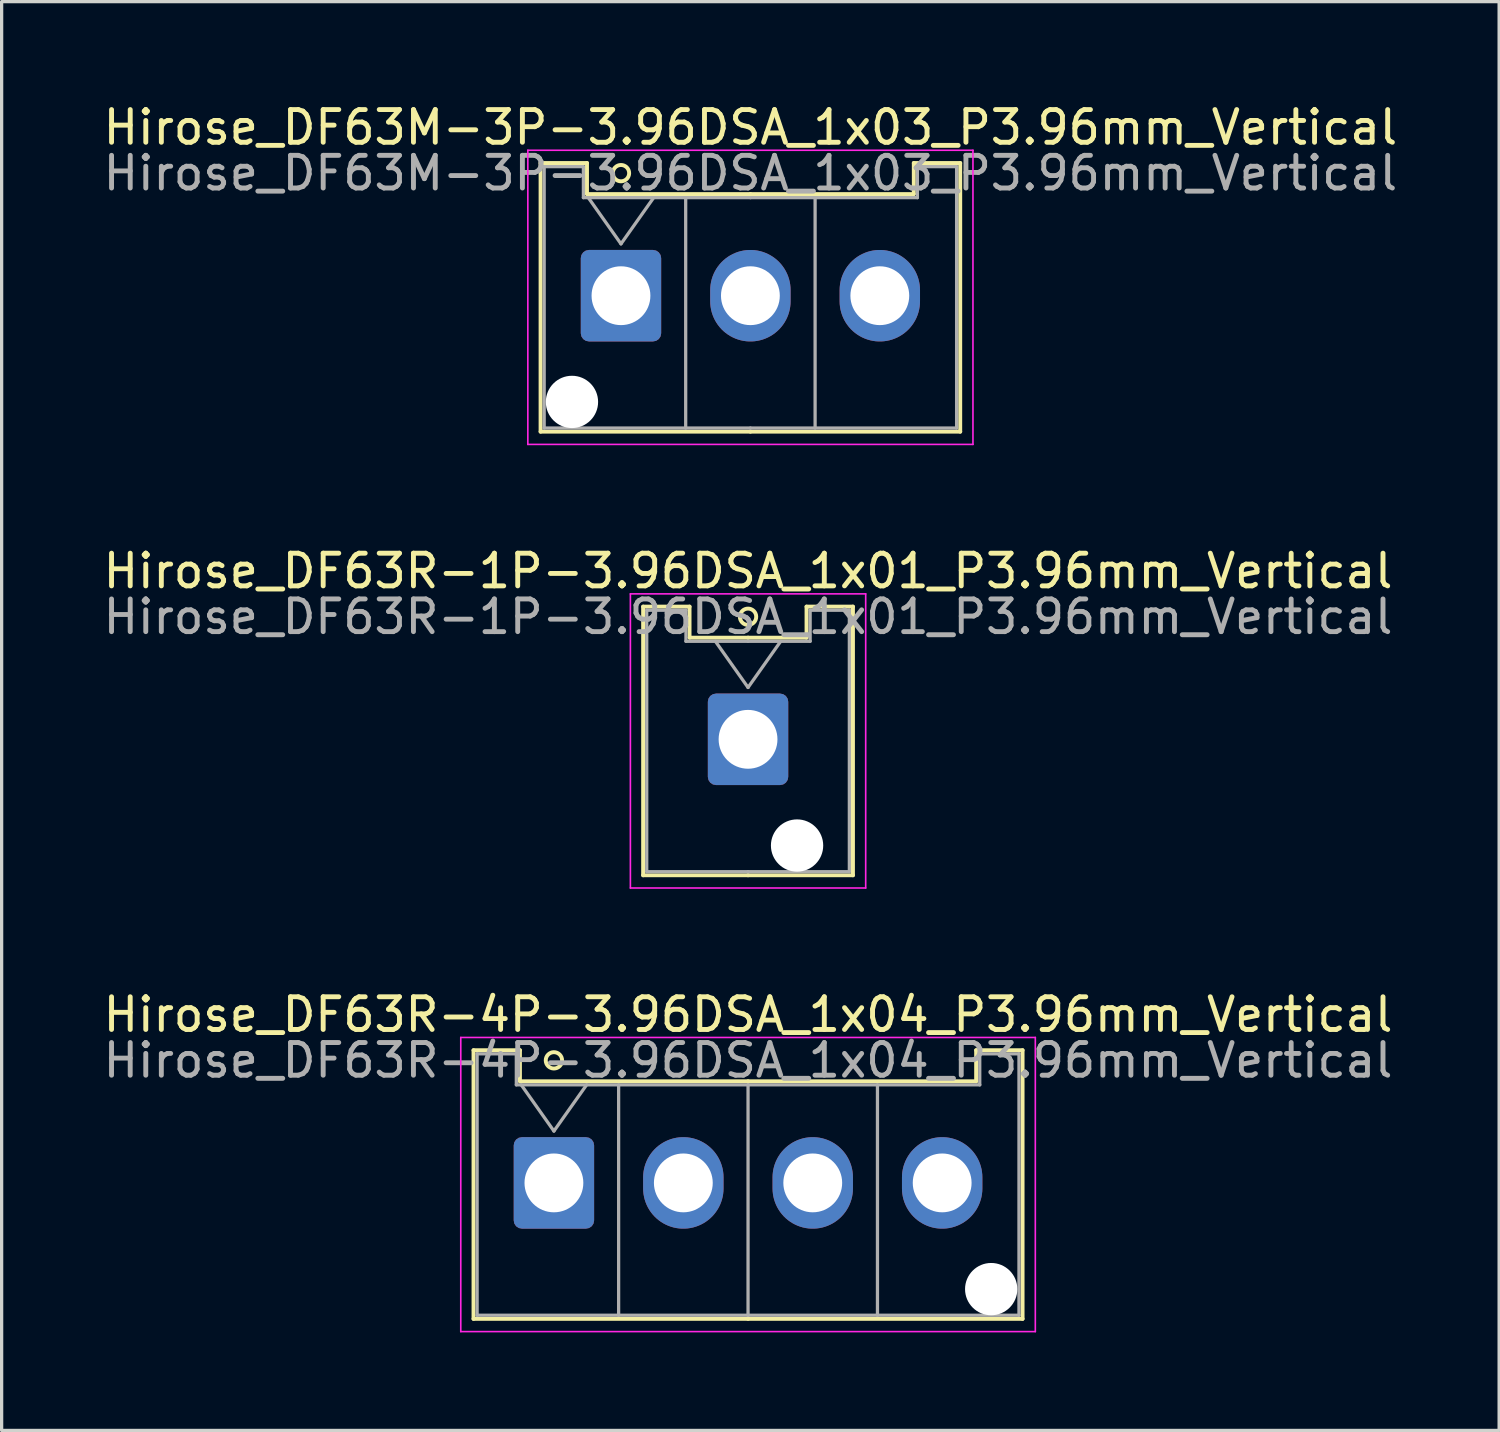
<source format=kicad_pcb>
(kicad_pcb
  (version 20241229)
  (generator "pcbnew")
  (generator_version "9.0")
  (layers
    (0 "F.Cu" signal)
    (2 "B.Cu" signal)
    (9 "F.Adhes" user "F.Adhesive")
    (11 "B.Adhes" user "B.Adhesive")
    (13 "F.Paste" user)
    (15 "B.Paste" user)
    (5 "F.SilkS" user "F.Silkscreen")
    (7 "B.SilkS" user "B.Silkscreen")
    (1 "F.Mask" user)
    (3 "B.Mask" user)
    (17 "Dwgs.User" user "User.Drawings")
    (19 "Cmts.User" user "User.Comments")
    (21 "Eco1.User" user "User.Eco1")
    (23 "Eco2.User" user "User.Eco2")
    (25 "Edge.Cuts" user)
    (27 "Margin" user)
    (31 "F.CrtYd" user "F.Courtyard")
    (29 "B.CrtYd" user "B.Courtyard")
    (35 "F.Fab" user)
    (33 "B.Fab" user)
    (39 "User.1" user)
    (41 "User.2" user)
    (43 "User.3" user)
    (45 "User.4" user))
  (footprint "Hirose_DF63R-1P-3.96DSA_1x01_P3.96mm_Vertical"
    (layer "F.Cu")
    (at 19.839 19.572)
    (property "Reference" "Hirose_DF63R-1P-3.96DSA_1x01_P3.96mm_Vertical" (at 0 -5.15 0) (layer "F.SilkS") (effects (font (size 1 1) (thickness 0.15))))
    (attr through_hole)
    (fp_line (start -3.21 -4.06) (end -1.79 -4.06) (stroke (width 0.12) (type solid)) (layer "F.SilkS"))
    (fp_line (start -3.21 4.16) (end -3.21 -4.06) (stroke (width 0.12) (type solid)) (layer "F.SilkS"))
    (fp_line (start -1.79 -4.06) (end -1.79 -3.11) (stroke (width 0.12) (type solid)) (layer "F.SilkS"))
    (fp_line (start -1.79 -3.11) (end 0 -3.11) (stroke (width 0.12) (type solid)) (layer "F.SilkS"))
    (fp_line (start 0 4.16) (end -3.21 4.16) (stroke (width 0.12) (type solid)) (layer "F.SilkS"))
    (fp_line (start 0 4.16) (end 3.21 4.16) (stroke (width 0.12) (type solid)) (layer "F.SilkS"))
    (fp_line (start 1.79 -4.06) (end 1.79 -3.11) (stroke (width 0.12) (type solid)) (layer "F.SilkS"))
    (fp_line (start 1.79 -3.11) (end 0 -3.11) (stroke (width 0.12) (type solid)) (layer "F.SilkS"))
    (fp_line (start 3.21 -4.06) (end 1.79 -4.06) (stroke (width 0.12) (type solid)) (layer "F.SilkS"))
    (fp_line (start 3.21 4.16) (end 3.21 -4.06) (stroke (width 0.12) (type solid)) (layer "F.SilkS"))
    (fp_circle (center 0 -3.75) (end 0.25 -3.75) (stroke (width 0.12) (type solid)) (fill no) (layer "F.SilkS"))
    (fp_line (start -3.6 -4.45) (end -3.6 4.55) (stroke (width 0.05) (type solid)) (layer "F.CrtYd"))
    (fp_line (start -3.6 4.55) (end 3.6 4.55) (stroke (width 0.05) (type solid)) (layer "F.CrtYd"))
    (fp_line (start 3.6 -4.45) (end -3.6 -4.45) (stroke (width 0.05) (type solid)) (layer "F.CrtYd"))
    (fp_line (start 3.6 4.55) (end 3.6 -4.45) (stroke (width 0.05) (type solid)) (layer "F.CrtYd"))
    (fp_line (start -3.1 -3.95) (end -1.9 -3.95) (stroke (width 0.1) (type solid)) (layer "F.Fab"))
    (fp_line (start -3.1 4.05) (end -3.1 -3.95) (stroke (width 0.1) (type solid)) (layer "F.Fab"))
    (fp_line (start -1.9 -3.95) (end -1.9 -3) (stroke (width 0.1) (type solid)) (layer "F.Fab"))
    (fp_line (start -1.9 -3) (end 0 -3) (stroke (width 0.1) (type solid)) (layer "F.Fab"))
    (fp_line (start -1 -3) (end 0 -1.586) (stroke (width 0.1) (type solid)) (layer "F.Fab"))
    (fp_line (start 0 -1.586) (end 1 -3) (stroke (width 0.1) (type solid)) (layer "F.Fab"))
    (fp_line (start 0 4.05) (end -3.1 4.05) (stroke (width 0.1) (type solid)) (layer "F.Fab"))
    (fp_line (start 0 4.05) (end 3.1 4.05) (stroke (width 0.1) (type solid)) (layer "F.Fab"))
    (fp_line (start 1.9 -3.95) (end 1.9 -3) (stroke (width 0.1) (type solid)) (layer "F.Fab"))
    (fp_line (start 1.9 -3) (end 0 -3) (stroke (width 0.1) (type solid)) (layer "F.Fab"))
    (fp_line (start 3.1 -3.95) (end 1.9 -3.95) (stroke (width 0.1) (type solid)) (layer "F.Fab"))
    (fp_line (start 3.1 4.05) (end 3.1 -3.95) (stroke (width 0.1) (type solid)) (layer "F.Fab"))
    (fp_text user "${REFERENCE}" (at 0 -3.75 0) (layer "F.Fab") (effects (font (size 1 1) (thickness 0.15))))
    (pad "" np_thru_hole circle (at 1.5 3.25) (size 1.6 1.6) (drill 1.6) (layers "*.Cu" "*.Mask"))
    (pad "1" thru_hole roundrect (at 0 0) (size 2.46 2.8) (drill 1.8) (layers "*.Cu" "*.Mask") (roundrect_rratio 0.102)))
  (footprint "Hirose_DF63M-3P-3.96DSA_1x03_P3.96mm_Vertical"
    (layer "F.Cu")
    (at 15.951 5.998)
    (property "Reference" "Hirose_DF63M-3P-3.96DSA_1x03_P3.96mm_Vertical" (at 3.96 -5.15 0) (layer "F.SilkS") (effects (font (size 1 1) (thickness 0.15))))
    (attr through_hole)
    (fp_line (start -2.46 -4.06) (end -1.04 -4.06) (stroke (width 0.12) (type solid)) (layer "F.SilkS"))
    (fp_line (start -2.46 4.16) (end -2.46 -4.06) (stroke (width 0.12) (type solid)) (layer "F.SilkS"))
    (fp_line (start -1.04 -4.06) (end -1.04 -3.11) (stroke (width 0.12) (type solid)) (layer "F.SilkS"))
    (fp_line (start -1.04 -3.11) (end 3.96 -3.11) (stroke (width 0.12) (type solid)) (layer "F.SilkS"))
    (fp_line (start 3.96 4.16) (end -2.46 4.16) (stroke (width 0.12) (type solid)) (layer "F.SilkS"))
    (fp_line (start 3.96 4.16) (end 10.38 4.16) (stroke (width 0.12) (type solid)) (layer "F.SilkS"))
    (fp_line (start 8.96 -4.06) (end 8.96 -3.11) (stroke (width 0.12) (type solid)) (layer "F.SilkS"))
    (fp_line (start 8.96 -3.11) (end 3.96 -3.11) (stroke (width 0.12) (type solid)) (layer "F.SilkS"))
    (fp_line (start 10.38 -4.06) (end 8.96 -4.06) (stroke (width 0.12) (type solid)) (layer "F.SilkS"))
    (fp_line (start 10.38 4.16) (end 10.38 -4.06) (stroke (width 0.12) (type solid)) (layer "F.SilkS"))
    (fp_circle (center 0 -3.75) (end 0.25 -3.75) (stroke (width 0.12) (type solid)) (fill no) (layer "F.SilkS"))
    (fp_line (start -2.85 -4.45) (end -2.85 4.55) (stroke (width 0.05) (type solid)) (layer "F.CrtYd"))
    (fp_line (start -2.85 4.55) (end 10.77 4.55) (stroke (width 0.05) (type solid)) (layer "F.CrtYd"))
    (fp_line (start 10.77 -4.45) (end -2.85 -4.45) (stroke (width 0.05) (type solid)) (layer "F.CrtYd"))
    (fp_line (start 10.77 4.55) (end 10.77 -4.45) (stroke (width 0.05) (type solid)) (layer "F.CrtYd"))
    (fp_line (start -2.35 -3.95) (end -1.15 -3.95) (stroke (width 0.1) (type solid)) (layer "F.Fab"))
    (fp_line (start -2.35 4.05) (end -2.35 -3.95) (stroke (width 0.1) (type solid)) (layer "F.Fab"))
    (fp_line (start -1.15 -3.95) (end -1.15 -3) (stroke (width 0.1) (type solid)) (layer "F.Fab"))
    (fp_line (start -1.15 -3) (end 3.96 -3) (stroke (width 0.1) (type solid)) (layer "F.Fab"))
    (fp_line (start -1 -3) (end 0 -1.586) (stroke (width 0.1) (type solid)) (layer "F.Fab"))
    (fp_line (start 0 -1.586) (end 1 -3) (stroke (width 0.1) (type solid)) (layer "F.Fab"))
    (fp_line (start 1.98 -3) (end 1.98 4.05) (stroke (width 0.1) (type solid)) (layer "F.Fab"))
    (fp_line (start 3.96 4.05) (end -2.35 4.05) (stroke (width 0.1) (type solid)) (layer "F.Fab"))
    (fp_line (start 3.96 4.05) (end 10.27 4.05) (stroke (width 0.1) (type solid)) (layer "F.Fab"))
    (fp_line (start 5.94 -3) (end 5.94 4.05) (stroke (width 0.1) (type solid)) (layer "F.Fab"))
    (fp_line (start 9.07 -3.95) (end 9.07 -3) (stroke (width 0.1) (type solid)) (layer "F.Fab"))
    (fp_line (start 9.07 -3) (end 3.96 -3) (stroke (width 0.1) (type solid)) (layer "F.Fab"))
    (fp_line (start 10.27 -3.95) (end 9.07 -3.95) (stroke (width 0.1) (type solid)) (layer "F.Fab"))
    (fp_line (start 10.27 4.05) (end 10.27 -3.95) (stroke (width 0.1) (type solid)) (layer "F.Fab"))
    (fp_text user "${REFERENCE}" (at 3.96 -3.75 0) (layer "F.Fab") (effects (font (size 1 1) (thickness 0.15))))
    (pad "" np_thru_hole circle (at -1.5 3.25) (size 1.6 1.6) (drill 1.6) (layers "*.Cu" "*.Mask"))
    (pad "1" thru_hole roundrect (at 0 0) (size 2.46 2.8) (drill 1.8) (layers "*.Cu" "*.Mask") (roundrect_rratio 0.102))
    (pad "2" thru_hole oval (at 3.96 0) (size 2.46 2.8) (drill 1.8) (layers "*.Cu" "*.Mask"))
    (pad "3" thru_hole oval (at 7.92 0) (size 2.46 2.8) (drill 1.8) (layers "*.Cu" "*.Mask")))
  (footprint "Hirose_DF63R-4P-3.96DSA_1x04_P3.96mm_Vertical"
    (layer "F.Cu")
    (at 13.899 33.145)
    (property "Reference" "Hirose_DF63R-4P-3.96DSA_1x04_P3.96mm_Vertical" (at 5.94 -5.15 0) (layer "F.SilkS") (effects (font (size 1 1) (thickness 0.15))))
    (attr through_hole)
    (fp_line (start -2.46 -4.06) (end -1.04 -4.06) (stroke (width 0.12) (type solid)) (layer "F.SilkS"))
    (fp_line (start -2.46 4.16) (end -2.46 -4.06) (stroke (width 0.12) (type solid)) (layer "F.SilkS"))
    (fp_line (start -1.04 -4.06) (end -1.04 -3.11) (stroke (width 0.12) (type solid)) (layer "F.SilkS"))
    (fp_line (start -1.04 -3.11) (end 5.94 -3.11) (stroke (width 0.12) (type solid)) (layer "F.SilkS"))
    (fp_line (start 5.94 4.16) (end -2.46 4.16) (stroke (width 0.12) (type solid)) (layer "F.SilkS"))
    (fp_line (start 5.94 4.16) (end 14.34 4.16) (stroke (width 0.12) (type solid)) (layer "F.SilkS"))
    (fp_line (start 12.92 -4.06) (end 12.92 -3.11) (stroke (width 0.12) (type solid)) (layer "F.SilkS"))
    (fp_line (start 12.92 -3.11) (end 5.94 -3.11) (stroke (width 0.12) (type solid)) (layer "F.SilkS"))
    (fp_line (start 14.34 -4.06) (end 12.92 -4.06) (stroke (width 0.12) (type solid)) (layer "F.SilkS"))
    (fp_line (start 14.34 4.16) (end 14.34 -4.06) (stroke (width 0.12) (type solid)) (layer "F.SilkS"))
    (fp_circle (center 0 -3.75) (end 0.25 -3.75) (stroke (width 0.12) (type solid)) (fill no) (layer "F.SilkS"))
    (fp_line (start -2.85 -4.45) (end -2.85 4.55) (stroke (width 0.05) (type solid)) (layer "F.CrtYd"))
    (fp_line (start -2.85 4.55) (end 14.73 4.55) (stroke (width 0.05) (type solid)) (layer "F.CrtYd"))
    (fp_line (start 14.73 -4.45) (end -2.85 -4.45) (stroke (width 0.05) (type solid)) (layer "F.CrtYd"))
    (fp_line (start 14.73 4.55) (end 14.73 -4.45) (stroke (width 0.05) (type solid)) (layer "F.CrtYd"))
    (fp_line (start -2.35 -3.95) (end -1.15 -3.95) (stroke (width 0.1) (type solid)) (layer "F.Fab"))
    (fp_line (start -2.35 4.05) (end -2.35 -3.95) (stroke (width 0.1) (type solid)) (layer "F.Fab"))
    (fp_line (start -1.15 -3.95) (end -1.15 -3) (stroke (width 0.1) (type solid)) (layer "F.Fab"))
    (fp_line (start -1.15 -3) (end 5.94 -3) (stroke (width 0.1) (type solid)) (layer "F.Fab"))
    (fp_line (start -1 -3) (end 0 -1.586) (stroke (width 0.1) (type solid)) (layer "F.Fab"))
    (fp_line (start 0 -1.586) (end 1 -3) (stroke (width 0.1) (type solid)) (layer "F.Fab"))
    (fp_line (start 1.98 -3) (end 1.98 4.05) (stroke (width 0.1) (type solid)) (layer "F.Fab"))
    (fp_line (start 5.94 -3) (end 5.94 4.05) (stroke (width 0.1) (type solid)) (layer "F.Fab"))
    (fp_line (start 5.94 4.05) (end -2.35 4.05) (stroke (width 0.1) (type solid)) (layer "F.Fab"))
    (fp_line (start 5.94 4.05) (end 14.23 4.05) (stroke (width 0.1) (type solid)) (layer "F.Fab"))
    (fp_line (start 9.9 -3) (end 9.9 4.05) (stroke (width 0.1) (type solid)) (layer "F.Fab"))
    (fp_line (start 13.03 -3.95) (end 13.03 -3) (stroke (width 0.1) (type solid)) (layer "F.Fab"))
    (fp_line (start 13.03 -3) (end 5.94 -3) (stroke (width 0.1) (type solid)) (layer "F.Fab"))
    (fp_line (start 14.23 -3.95) (end 13.03 -3.95) (stroke (width 0.1) (type solid)) (layer "F.Fab"))
    (fp_line (start 14.23 4.05) (end 14.23 -3.95) (stroke (width 0.1) (type solid)) (layer "F.Fab"))
    (fp_text user "${REFERENCE}" (at 5.94 -3.75 0) (layer "F.Fab") (effects (font (size 1 1) (thickness 0.15))))
    (pad "" np_thru_hole circle (at 13.38 3.25) (size 1.6 1.6) (drill 1.6) (layers "*.Cu" "*.Mask"))
    (pad "1" thru_hole roundrect (at 0 0) (size 2.46 2.8) (drill 1.8) (layers "*.Cu" "*.Mask") (roundrect_rratio 0.102))
    (pad "2" thru_hole oval (at 3.96 0) (size 2.46 2.8) (drill 1.8) (layers "*.Cu" "*.Mask"))
    (pad "3" thru_hole oval (at 7.92 0) (size 2.46 2.8) (drill 1.8) (layers "*.Cu" "*.Mask"))
    (pad "4" thru_hole oval (at 11.88 0) (size 2.46 2.8) (drill 1.8) (layers "*.Cu" "*.Mask")))
  (gr_rect
    (start -3 -3)
    (end 42.821 40.72)
    (stroke (width 0.1) (type default))
    (fill no)
    (layer "Edge.Cuts")))
</source>
